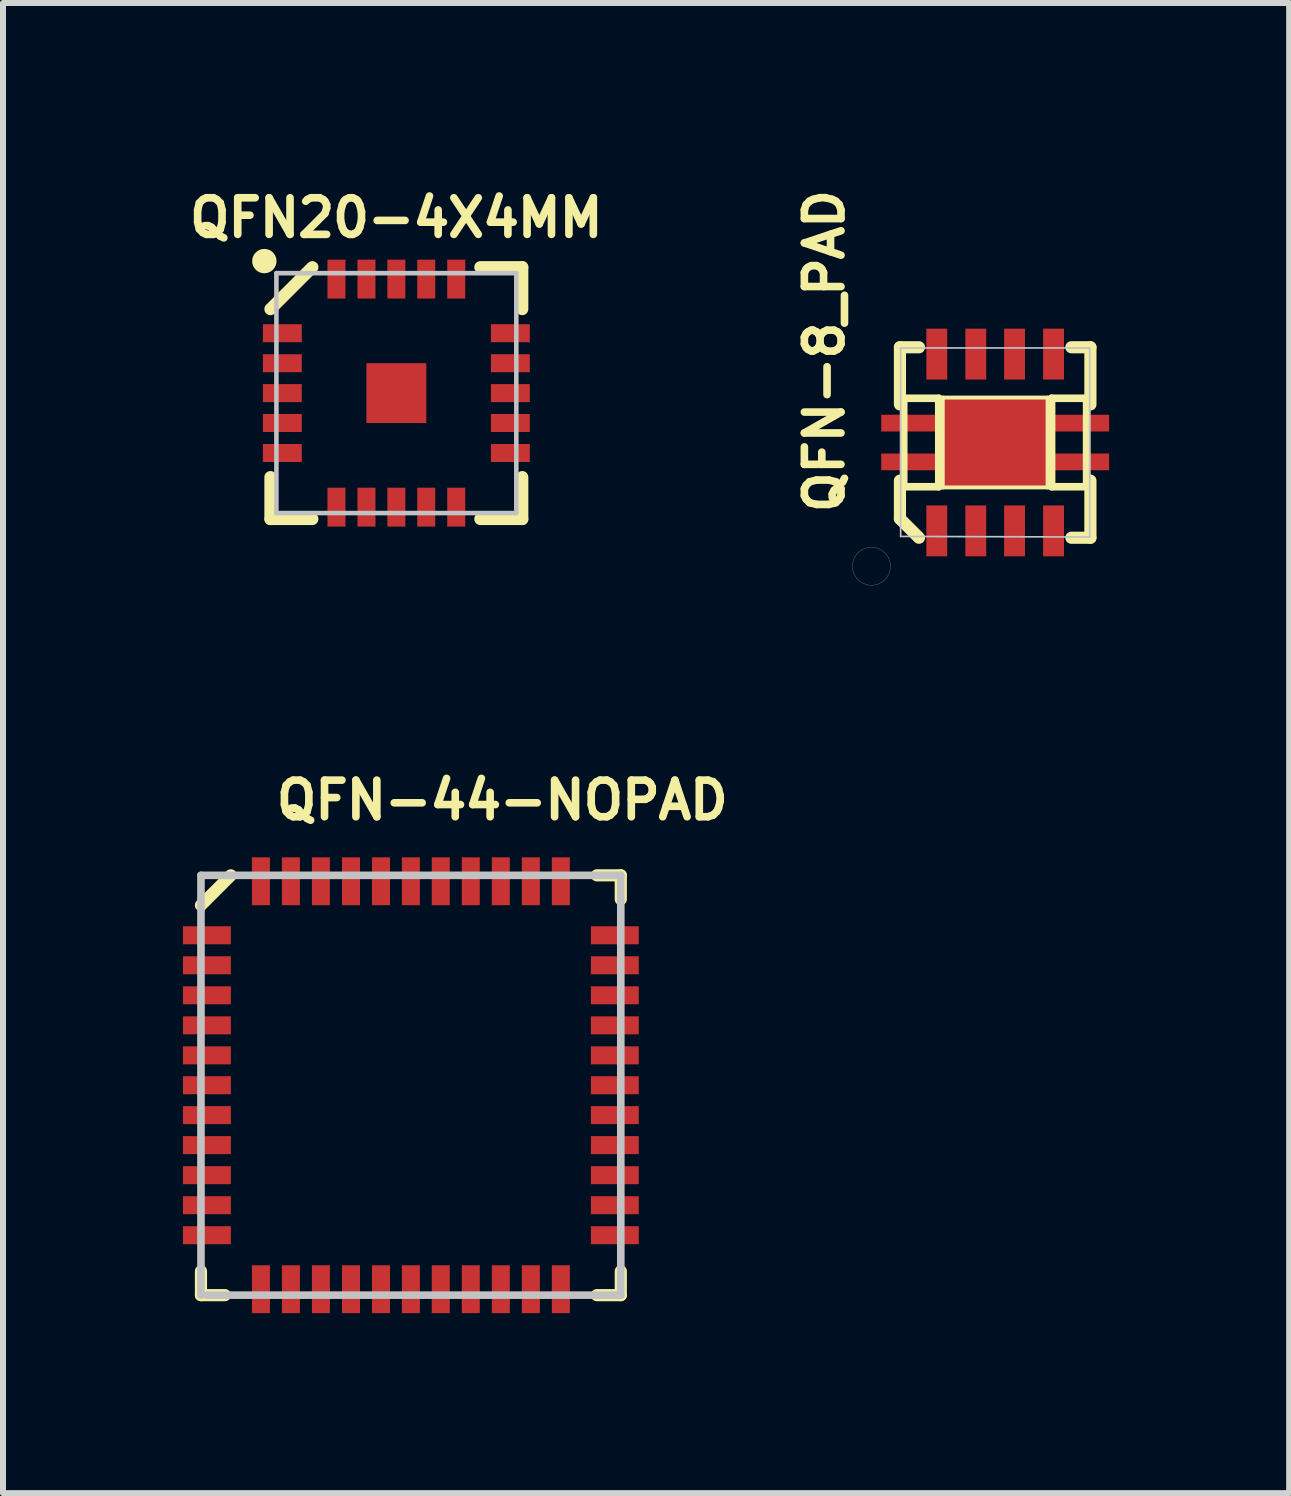
<source format=kicad_pcb>
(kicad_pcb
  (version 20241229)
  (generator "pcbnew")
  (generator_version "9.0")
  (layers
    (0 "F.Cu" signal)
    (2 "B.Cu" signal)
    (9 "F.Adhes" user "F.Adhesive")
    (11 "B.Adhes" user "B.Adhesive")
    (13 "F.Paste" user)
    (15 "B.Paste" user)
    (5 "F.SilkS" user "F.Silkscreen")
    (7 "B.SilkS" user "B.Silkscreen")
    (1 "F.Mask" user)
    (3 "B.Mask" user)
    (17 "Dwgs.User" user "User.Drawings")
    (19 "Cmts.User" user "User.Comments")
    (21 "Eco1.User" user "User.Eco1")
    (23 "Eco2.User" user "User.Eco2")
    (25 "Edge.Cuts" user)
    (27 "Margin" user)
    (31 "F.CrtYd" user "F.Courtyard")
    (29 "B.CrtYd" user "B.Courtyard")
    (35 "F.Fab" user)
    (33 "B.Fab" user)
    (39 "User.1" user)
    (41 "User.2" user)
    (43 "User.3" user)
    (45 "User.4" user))
  (footprint "QFN-8_PAD"
    (layer "F.Cu")
    (at 13.534 4.324)
    (property "Reference" "QFN-8_PAD" (at -2.845 -1.524 90) (layer "F.SilkS") (effects (font (size 0.61 0.61) (thickness 0.127))))
    (attr smd)
    (fp_line (start -2.38 2.062) (end -2.372 2.134) (stroke (width 0.003) (type solid)) (layer "F.SilkS"))
    (fp_line (start -2.372 1.991) (end -2.38 2.062) (stroke (width 0.003) (type solid)) (layer "F.SilkS"))
    (fp_line (start -2.372 2.134) (end -2.349 2.2) (stroke (width 0.003) (type solid)) (layer "F.SilkS"))
    (fp_line (start -2.349 1.925) (end -2.372 1.991) (stroke (width 0.003) (type solid)) (layer "F.SilkS"))
    (fp_line (start -2.349 2.2) (end -2.311 2.261) (stroke (width 0.003) (type solid)) (layer "F.SilkS"))
    (fp_line (start -2.311 1.864) (end -2.349 1.925) (stroke (width 0.003) (type solid)) (layer "F.SilkS"))
    (fp_line (start -2.311 2.261) (end -2.261 2.311) (stroke (width 0.003) (type solid)) (layer "F.SilkS"))
    (fp_line (start -2.261 1.814) (end -2.311 1.864) (stroke (width 0.003) (type solid)) (layer "F.SilkS"))
    (fp_line (start -2.261 2.311) (end -2.2 2.349) (stroke (width 0.003) (type solid)) (layer "F.SilkS"))
    (fp_line (start -2.2 1.775) (end -2.261 1.814) (stroke (width 0.003) (type solid)) (layer "F.SilkS"))
    (fp_line (start -2.2 2.349) (end -2.134 2.372) (stroke (width 0.003) (type solid)) (layer "F.SilkS"))
    (fp_line (start -2.134 1.753) (end -2.2 1.775) (stroke (width 0.003) (type solid)) (layer "F.SilkS"))
    (fp_line (start -2.134 2.372) (end -2.062 2.38) (stroke (width 0.003) (type solid)) (layer "F.SilkS"))
    (fp_line (start -2.062 1.745) (end -2.134 1.753) (stroke (width 0.003) (type solid)) (layer "F.SilkS"))
    (fp_line (start -2.062 2.38) (end -1.991 2.372) (stroke (width 0.003) (type solid)) (layer "F.SilkS"))
    (fp_line (start -1.991 1.753) (end -2.062 1.745) (stroke (width 0.003) (type solid)) (layer "F.SilkS"))
    (fp_line (start -1.991 2.372) (end -1.925 2.349) (stroke (width 0.003) (type solid)) (layer "F.SilkS"))
    (fp_line (start -1.925 1.775) (end -1.991 1.753) (stroke (width 0.003) (type solid)) (layer "F.SilkS"))
    (fp_line (start -1.925 2.349) (end -1.864 2.311) (stroke (width 0.003) (type solid)) (layer "F.SilkS"))
    (fp_line (start -1.864 1.814) (end -1.925 1.775) (stroke (width 0.003) (type solid)) (layer "F.SilkS"))
    (fp_line (start -1.864 2.311) (end -1.814 2.261) (stroke (width 0.003) (type solid)) (layer "F.SilkS"))
    (fp_line (start -1.814 1.864) (end -1.864 1.814) (stroke (width 0.003) (type solid)) (layer "F.SilkS"))
    (fp_line (start -1.814 2.261) (end -1.775 2.2) (stroke (width 0.003) (type solid)) (layer "F.SilkS"))
    (fp_line (start -1.775 1.925) (end -1.814 1.864) (stroke (width 0.003) (type solid)) (layer "F.SilkS"))
    (fp_line (start -1.775 2.2) (end -1.753 2.134) (stroke (width 0.003) (type solid)) (layer "F.SilkS"))
    (fp_line (start -1.753 1.991) (end -1.775 1.925) (stroke (width 0.003) (type solid)) (layer "F.SilkS"))
    (fp_line (start -1.753 2.134) (end -1.745 2.062) (stroke (width 0.003) (type solid)) (layer "F.SilkS"))
    (fp_line (start -1.745 2.062) (end -1.753 1.991) (stroke (width 0.003) (type solid)) (layer "F.SilkS"))
    (fp_line (start -1.587 -1.587) (end -1.587 -0.635) (stroke (width 0.203) (type solid)) (layer "F.SilkS"))
    (fp_line (start -1.587 1.27) (end -1.587 0.635) (stroke (width 0.203) (type solid)) (layer "F.SilkS"))
    (fp_line (start -1.524 -0.737) (end -0.94 -0.737) (stroke (width 0.127) (type solid)) (layer "F.SilkS"))
    (fp_line (start -1.524 0.737) (end -1.524 -0.737) (stroke (width 0.127) (type solid)) (layer "F.SilkS"))
    (fp_line (start -1.27 -1.587) (end -1.587 -1.587) (stroke (width 0.203) (type solid)) (layer "F.SilkS"))
    (fp_line (start -1.27 1.587) (end -1.587 1.27) (stroke (width 0.203) (type solid)) (layer "F.SilkS"))
    (fp_line (start -0.94 -0.737) (end -0.94 0.737) (stroke (width 0.127) (type solid)) (layer "F.SilkS"))
    (fp_line (start -0.94 0.737) (end -1.524 0.737) (stroke (width 0.127) (type solid)) (layer "F.SilkS"))
    (fp_line (start -0.874 -0.749) (end 0.874 -0.749) (stroke (width 0.066) (type solid)) (layer "F.SilkS"))
    (fp_line (start -0.874 0.749) (end -0.874 -0.749) (stroke (width 0.066) (type solid)) (layer "F.SilkS"))
    (fp_line (start -0.874 0.749) (end 0.874 0.749) (stroke (width 0.066) (type solid)) (layer "F.SilkS"))
    (fp_line (start 0.874 0.749) (end 0.874 -0.749) (stroke (width 0.066) (type solid)) (layer "F.SilkS"))
    (fp_line (start 0.94 -0.737) (end 1.524 -0.737) (stroke (width 0.127) (type solid)) (layer "F.SilkS"))
    (fp_line (start 0.94 0.737) (end 0.94 -0.737) (stroke (width 0.127) (type solid)) (layer "F.SilkS"))
    (fp_line (start 1.27 -1.587) (end 1.587 -1.587) (stroke (width 0.203) (type solid)) (layer "F.SilkS"))
    (fp_line (start 1.524 -0.737) (end 1.524 0.737) (stroke (width 0.127) (type solid)) (layer "F.SilkS"))
    (fp_line (start 1.524 0.737) (end 0.94 0.737) (stroke (width 0.127) (type solid)) (layer "F.SilkS"))
    (fp_line (start 1.587 -1.587) (end 1.587 -0.635) (stroke (width 0.203) (type solid)) (layer "F.SilkS"))
    (fp_line (start 1.587 0.635) (end 1.587 1.587) (stroke (width 0.203) (type solid)) (layer "F.SilkS"))
    (fp_line (start 1.587 1.587) (end 1.27 1.587) (stroke (width 0.203) (type solid)) (layer "F.SilkS"))
    (fp_line (start -1.575 -1.575) (end 1.575 -1.575) (stroke (width 0.028) (type solid)) (layer "Dwgs.User"))
    (fp_line (start -1.575 1.565) (end -1.575 -1.575) (stroke (width 0.028) (type solid)) (layer "Dwgs.User"))
    (fp_line (start 1.575 -1.575) (end 1.575 1.575) (stroke (width 0.028) (type solid)) (layer "Dwgs.User"))
    (fp_line (start 1.575 1.575) (end -1.575 1.565) (stroke (width 0.028) (type solid)) (layer "Dwgs.User"))
    (pad "1" smd rect (at -0.973 1.473 90) (size 0.848 0.348) (layers "F.Cu" "F.Mask" "F.Paste"))
    (pad "2" smd rect (at -0.323 1.473 90) (size 0.848 0.348) (layers "F.Cu" "F.Mask" "F.Paste"))
    (pad "3" smd rect (at 0.323 1.473 90) (size 0.848 0.348) (layers "F.Cu" "F.Mask" "F.Paste"))
    (pad "4" smd rect (at 0.973 1.473 90) (size 0.848 0.348) (layers "F.Cu" "F.Mask" "F.Paste"))
    (pad "5" smd rect (at 0.973 -1.473 90) (size 0.848 0.348) (layers "F.Cu" "F.Mask" "F.Paste"))
    (pad "6" smd rect (at 0.323 -1.473 90) (size 0.848 0.348) (layers "F.Cu" "F.Mask" "F.Paste"))
    (pad "7" smd rect (at -0.323 -1.473 90) (size 0.848 0.348) (layers "F.Cu" "F.Mask" "F.Paste"))
    (pad "8" smd rect (at -0.973 -1.473 270) (size 0.848 0.348) (layers "F.Cu" "F.Mask" "F.Paste"))
    (pad "9" smd rect (at 0 0 90) (size 1.499 1.748) (layers "F.Cu" "F.Mask" "F.Paste"))
    (pad "10" smd rect (at -1.387 0.323 180) (size 1.024 0.279) (layers "F.Cu" "F.Mask" "F.Paste"))
    (pad "11" smd rect (at 1.387 0.323 180) (size 1.024 0.279) (layers "F.Cu" "F.Mask" "F.Paste"))
    (pad "12" smd rect (at 1.387 -0.323 180) (size 1.024 0.279) (layers "F.Cu" "F.Mask" "F.Paste"))
    (pad "13" smd rect (at -1.387 -0.323 180) (size 1.024 0.279) (layers "F.Cu" "F.Mask" "F.Paste")))
  (footprint "QFN-44-NOPAD"
    (layer "F.Cu")
    (at 3.797 15.035)
    (property "Reference" "QFN-44-NOPAD" (at 1.524 -4.75 0) (layer "F.SilkS") (effects (font (size 0.61 0.61) (thickness 0.127))))
    (attr smd)
    (fp_line (start -3.498 3.498) (end -3.498 3.099) (stroke (width 0.203) (type solid)) (layer "F.SilkS"))
    (fp_line (start -3.099 3.498) (end -3.498 3.498) (stroke (width 0.203) (type solid)) (layer "F.SilkS"))
    (fp_line (start -3 -3.498) (end -3.498 -3) (stroke (width 0.203) (type solid)) (layer "F.SilkS"))
    (fp_line (start 3.099 3.498) (end 3.498 3.498) (stroke (width 0.203) (type solid)) (layer "F.SilkS"))
    (fp_line (start 3.498 -3.498) (end 3.099 -3.498) (stroke (width 0.203) (type solid)) (layer "F.SilkS"))
    (fp_line (start 3.498 -3.099) (end 3.498 -3.498) (stroke (width 0.203) (type solid)) (layer "F.SilkS"))
    (fp_line (start 3.498 3.099) (end 3.498 3.498) (stroke (width 0.203) (type solid)) (layer "F.SilkS"))
    (fp_line (start -3.498 -3.498) (end -3.498 3.498) (stroke (width 0.127) (type solid)) (layer "Dwgs.User"))
    (fp_line (start -3.399 3.498) (end 3.498 3.498) (stroke (width 0.127) (type solid)) (layer "Dwgs.User"))
    (fp_line (start 3.498 -3.498) (end -3.498 -3.498) (stroke (width 0.127) (type solid)) (layer "Dwgs.User"))
    (fp_line (start 3.498 3.498) (end 3.498 -3.498) (stroke (width 0.127) (type solid)) (layer "Dwgs.User"))
    (pad "1" smd rect (at -3.399 -2.499 180) (size 0.798 0.3) (layers "F.Cu" "F.Mask" "F.Paste"))
    (pad "2" smd rect (at -3.399 -1.999 180) (size 0.798 0.3) (layers "F.Cu" "F.Mask" "F.Paste"))
    (pad "3" smd rect (at -3.399 -1.499 180) (size 0.798 0.3) (layers "F.Cu" "F.Mask" "F.Paste"))
    (pad "4" smd rect (at -3.399 -0.998 180) (size 0.798 0.3) (layers "F.Cu" "F.Mask" "F.Paste"))
    (pad "5" smd rect (at -3.399 -0.498 180) (size 0.798 0.3) (layers "F.Cu" "F.Mask" "F.Paste"))
    (pad "6" smd rect (at -3.399 0 180) (size 0.798 0.3) (layers "F.Cu" "F.Mask" "F.Paste"))
    (pad "7" smd rect (at -3.399 0.498) (size 0.798 0.3) (layers "F.Cu" "F.Mask" "F.Paste"))
    (pad "8" smd rect (at -3.399 0.998) (size 0.798 0.3) (layers "F.Cu" "F.Mask" "F.Paste"))
    (pad "9" smd rect (at -3.399 1.499) (size 0.798 0.3) (layers "F.Cu" "F.Mask" "F.Paste"))
    (pad "10" smd rect (at -3.399 1.999) (size 0.798 0.3) (layers "F.Cu" "F.Mask" "F.Paste"))
    (pad "11" smd rect (at -3.399 2.499) (size 0.798 0.3) (layers "F.Cu" "F.Mask" "F.Paste"))
    (pad "12" smd rect (at -2.499 3.399 270) (size 0.798 0.3) (layers "F.Cu" "F.Mask" "F.Paste"))
    (pad "13" smd rect (at -1.999 3.399 270) (size 0.798 0.3) (layers "F.Cu" "F.Mask" "F.Paste"))
    (pad "14" smd rect (at -1.499 3.399 270) (size 0.798 0.3) (layers "F.Cu" "F.Mask" "F.Paste"))
    (pad "15" smd rect (at -0.998 3.399 270) (size 0.798 0.3) (layers "F.Cu" "F.Mask" "F.Paste"))
    (pad "16" smd rect (at -0.498 3.399 270) (size 0.798 0.3) (layers "F.Cu" "F.Mask" "F.Paste"))
    (pad "17" smd rect (at 0 3.399 270) (size 0.798 0.3) (layers "F.Cu" "F.Mask" "F.Paste"))
    (pad "18" smd rect (at 0.498 3.399 90) (size 0.798 0.3) (layers "F.Cu" "F.Mask" "F.Paste"))
    (pad "19" smd rect (at 0.998 3.399 90) (size 0.798 0.3) (layers "F.Cu" "F.Mask" "F.Paste"))
    (pad "20" smd rect (at 1.499 3.399 90) (size 0.798 0.3) (layers "F.Cu" "F.Mask" "F.Paste"))
    (pad "21" smd rect (at 1.999 3.399 90) (size 0.798 0.3) (layers "F.Cu" "F.Mask" "F.Paste"))
    (pad "22" smd rect (at 2.499 3.399 90) (size 0.798 0.3) (layers "F.Cu" "F.Mask" "F.Paste"))
    (pad "23" smd rect (at 3.399 2.499) (size 0.798 0.3) (layers "F.Cu" "F.Mask" "F.Paste"))
    (pad "24" smd rect (at 3.399 1.999) (size 0.798 0.3) (layers "F.Cu" "F.Mask" "F.Paste"))
    (pad "25" smd rect (at 3.399 1.499) (size 0.798 0.3) (layers "F.Cu" "F.Mask" "F.Paste"))
    (pad "26" smd rect (at 3.399 0.998) (size 0.798 0.3) (layers "F.Cu" "F.Mask" "F.Paste"))
    (pad "27" smd rect (at 3.399 0.498) (size 0.798 0.3) (layers "F.Cu" "F.Mask" "F.Paste"))
    (pad "28" smd rect (at 3.399 0) (size 0.798 0.3) (layers "F.Cu" "F.Mask" "F.Paste"))
    (pad "29" smd rect (at 3.399 -0.498 180) (size 0.798 0.3) (layers "F.Cu" "F.Mask" "F.Paste"))
    (pad "30" smd rect (at 3.399 -0.998 180) (size 0.798 0.3) (layers "F.Cu" "F.Mask" "F.Paste"))
    (pad "31" smd rect (at 3.399 -1.499 180) (size 0.798 0.3) (layers "F.Cu" "F.Mask" "F.Paste"))
    (pad "32" smd rect (at 3.399 -1.999 180) (size 0.798 0.3) (layers "F.Cu" "F.Mask" "F.Paste"))
    (pad "33" smd rect (at 3.399 -2.499 180) (size 0.798 0.3) (layers "F.Cu" "F.Mask" "F.Paste"))
    (pad "34" smd rect (at 2.499 -3.399 90) (size 0.798 0.3) (layers "F.Cu" "F.Mask" "F.Paste"))
    (pad "35" smd rect (at 1.999 -3.399 90) (size 0.798 0.3) (layers "F.Cu" "F.Mask" "F.Paste"))
    (pad "36" smd rect (at 1.499 -3.399 90) (size 0.798 0.3) (layers "F.Cu" "F.Mask" "F.Paste"))
    (pad "37" smd rect (at 0.998 -3.399 90) (size 0.798 0.3) (layers "F.Cu" "F.Mask" "F.Paste"))
    (pad "38" smd rect (at 0.498 -3.399 90) (size 0.798 0.3) (layers "F.Cu" "F.Mask" "F.Paste"))
    (pad "39" smd rect (at 0 -3.399 90) (size 0.798 0.3) (layers "F.Cu" "F.Mask" "F.Paste"))
    (pad "40" smd rect (at -0.498 -3.399 270) (size 0.798 0.3) (layers "F.Cu" "F.Mask" "F.Paste"))
    (pad "41" smd rect (at -0.998 -3.399 270) (size 0.798 0.3) (layers "F.Cu" "F.Mask" "F.Paste"))
    (pad "42" smd rect (at -1.499 -3.399 270) (size 0.798 0.3) (layers "F.Cu" "F.Mask" "F.Paste"))
    (pad "43" smd rect (at -1.999 -3.399 270) (size 0.798 0.3) (layers "F.Cu" "F.Mask" "F.Paste"))
    (pad "44" smd rect (at -2.499 -3.399 270) (size 0.798 0.3) (layers "F.Cu" "F.Mask" "F.Paste")))
  (footprint "QFN20-4X4MM"
    (layer "F.Cu")
    (at 3.555 3.501)
    (property "Reference" "QFN20-4X4MM" (at 0 -2.921 0) (layer "F.SilkS") (effects (font (size 0.61 0.61) (thickness 0.127))))
    (attr smd)
    (fp_line (start -2.098 2.098) (end -2.098 1.4) (stroke (width 0.203) (type solid)) (layer "F.SilkS"))
    (fp_line (start -1.4 -2.098) (end -2.098 -1.4) (stroke (width 0.203) (type solid)) (layer "F.SilkS"))
    (fp_line (start -1.4 2.098) (end -2.098 2.098) (stroke (width 0.203) (type solid)) (layer "F.SilkS"))
    (fp_line (start 1.4 -2.098) (end 2.098 -2.098) (stroke (width 0.203) (type solid)) (layer "F.SilkS"))
    (fp_line (start 2.098 -2.098) (end 2.098 -1.4) (stroke (width 0.203) (type solid)) (layer "F.SilkS"))
    (fp_line (start 2.098 1.4) (end 2.098 2.098) (stroke (width 0.203) (type solid)) (layer "F.SilkS"))
    (fp_line (start 2.098 2.098) (end 1.4 2.098) (stroke (width 0.203) (type solid)) (layer "F.SilkS"))
    (fp_circle (center -2.2 -2.2) (end -2.2 -2.403) (stroke (width 0) (type solid)) (fill yes) (layer "F.SilkS"))
    (fp_line (start -0.254 -0.254) (end 0.254 -0.254) (stroke (width 0.254) (type solid)) (layer "F.Paste"))
    (fp_line (start -0.254 0.254) (end -0.254 -0.254) (stroke (width 0.254) (type solid)) (layer "F.Paste"))
    (fp_line (start -0.127 -0.127) (end 0.127 -0.127) (stroke (width 0.254) (type solid)) (layer "F.Paste"))
    (fp_line (start -0.127 0.127) (end -0.127 -0.127) (stroke (width 0.254) (type solid)) (layer "F.Paste"))
    (fp_line (start 0.127 -0.127) (end 0.127 0.127) (stroke (width 0.254) (type solid)) (layer "F.Paste"))
    (fp_line (start 0.127 0.127) (end -0.127 0.127) (stroke (width 0.254) (type solid)) (layer "F.Paste"))
    (fp_line (start 0.254 -0.254) (end 0.254 0.254) (stroke (width 0.254) (type solid)) (layer "F.Paste"))
    (fp_line (start 0.254 0.254) (end -0.254 0.254) (stroke (width 0.254) (type solid)) (layer "F.Paste"))
    (fp_line (start -1.999 -1.999) (end 1.999 -1.999) (stroke (width 0.076) (type solid)) (layer "Dwgs.User"))
    (fp_line (start -1.999 1.999) (end -1.999 -1.999) (stroke (width 0.076) (type solid)) (layer "Dwgs.User"))
    (fp_line (start 1.999 -1.999) (end 1.999 1.999) (stroke (width 0.076) (type solid)) (layer "Dwgs.User"))
    (fp_line (start 1.999 1.999) (end -1.999 1.999) (stroke (width 0.076) (type solid)) (layer "Dwgs.User"))
    (pad "0" smd rect (at 0 0 180) (size 0.998 0.998) (layers "F.Cu" "F.Mask"))
    (pad "1" smd rect (at -1.9 -0.998) (size 0.648 0.3) (layers "F.Cu" "F.Mask" "F.Paste"))
    (pad "2" smd rect (at -1.9 -0.498) (size 0.648 0.3) (layers "F.Cu" "F.Mask" "F.Paste"))
    (pad "3" smd rect (at -1.9 0) (size 0.648 0.3) (layers "F.Cu" "F.Mask" "F.Paste"))
    (pad "4" smd rect (at -1.9 0.498) (size 0.648 0.3) (layers "F.Cu" "F.Mask" "F.Paste"))
    (pad "5" smd rect (at -1.9 0.998 180) (size 0.648 0.3) (layers "F.Cu" "F.Mask" "F.Paste"))
    (pad "6" smd rect (at -0.998 1.9 270) (size 0.648 0.3) (layers "F.Cu" "F.Mask" "F.Paste"))
    (pad "7" smd rect (at -0.498 1.9 270) (size 0.648 0.3) (layers "F.Cu" "F.Mask" "F.Paste"))
    (pad "8" smd rect (at 0 1.9 270) (size 0.648 0.3) (layers "F.Cu" "F.Mask" "F.Paste"))
    (pad "9" smd rect (at 0.498 1.9 90) (size 0.648 0.3) (layers "F.Cu" "F.Mask" "F.Paste"))
    (pad "10" smd rect (at 0.998 1.9 90) (size 0.648 0.3) (layers "F.Cu" "F.Mask" "F.Paste"))
    (pad "11" smd rect (at 1.9 0.998 180) (size 0.648 0.3) (layers "F.Cu" "F.Mask" "F.Paste"))
    (pad "12" smd rect (at 1.9 0.498 180) (size 0.648 0.3) (layers "F.Cu" "F.Mask" "F.Paste"))
    (pad "13" smd rect (at 1.9 0) (size 0.648 0.3) (layers "F.Cu" "F.Mask" "F.Paste"))
    (pad "14" smd rect (at 1.9 -0.498) (size 0.648 0.3) (layers "F.Cu" "F.Mask" "F.Paste"))
    (pad "15" smd rect (at 1.9 -0.998) (size 0.648 0.3) (layers "F.Cu" "F.Mask" "F.Paste"))
    (pad "16" smd rect (at 0.998 -1.9 90) (size 0.648 0.3) (layers "F.Cu" "F.Mask" "F.Paste"))
    (pad "17" smd rect (at 0.498 -1.9 270) (size 0.648 0.3) (layers "F.Cu" "F.Mask" "F.Paste"))
    (pad "18" smd rect (at 0 -1.9 90) (size 0.648 0.3) (layers "F.Cu" "F.Mask" "F.Paste"))
    (pad "19" smd rect (at -0.498 -1.9 90) (size 0.648 0.3) (layers "F.Cu" "F.Mask" "F.Paste"))
    (pad "20" smd rect (at -0.998 -1.9 90) (size 0.648 0.3) (layers "F.Cu" "F.Mask" "F.Paste")))
  (gr_rect
    (start -3 -3)
    (end 18.433 21.832)
    (stroke (width 0.1) (type default))
    (fill no)
    (layer "Edge.Cuts")))
</source>
